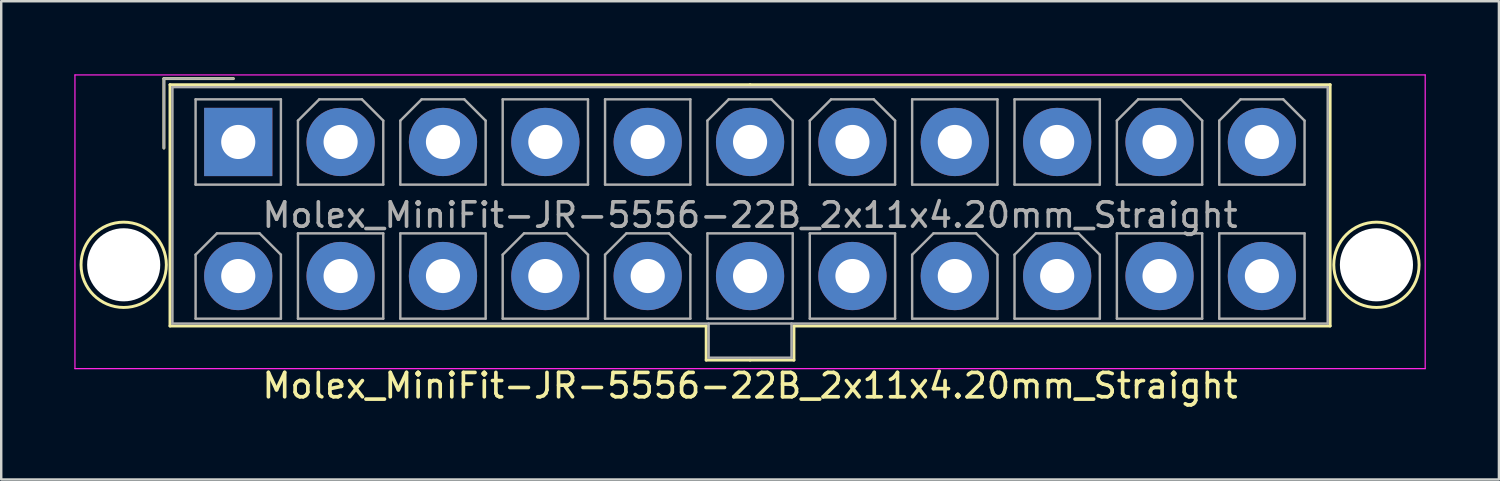
<source format=kicad_pcb>
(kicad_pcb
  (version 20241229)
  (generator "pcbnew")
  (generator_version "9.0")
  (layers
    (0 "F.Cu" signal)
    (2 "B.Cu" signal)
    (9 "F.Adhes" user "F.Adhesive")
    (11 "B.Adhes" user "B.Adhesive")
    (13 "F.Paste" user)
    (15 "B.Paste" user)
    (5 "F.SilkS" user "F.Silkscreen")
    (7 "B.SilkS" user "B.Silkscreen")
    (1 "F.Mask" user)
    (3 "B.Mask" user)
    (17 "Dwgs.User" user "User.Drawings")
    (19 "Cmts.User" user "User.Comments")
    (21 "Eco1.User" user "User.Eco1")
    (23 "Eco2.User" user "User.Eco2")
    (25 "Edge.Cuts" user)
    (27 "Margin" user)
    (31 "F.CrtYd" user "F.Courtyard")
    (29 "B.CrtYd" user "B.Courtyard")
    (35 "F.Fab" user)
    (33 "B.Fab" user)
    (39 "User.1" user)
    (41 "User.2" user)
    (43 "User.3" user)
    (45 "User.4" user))
  (footprint "Molex_MiniFit-JR-5556-22B_2x11x4.20mm_Straight"
    (layer "F.Cu")
    (at 6.725 2.775)
    (property "Reference" "Molex_MiniFit-JR-5556-22B_2x11x4.20mm_Straight" (at 21 10 0) (layer "F.SilkS") (effects (font (size 1 1) (thickness 0.15))))
    (attr through_hole)
    (fp_line (start -3.05 -2.6) (end -3.05 0.25) (stroke (width 0.12) (type solid)) (layer "F.SilkS"))
    (fp_line (start -2.8 -2.35) (end -2.8 7.55) (stroke (width 0.12) (type solid)) (layer "F.SilkS"))
    (fp_line (start -2.8 7.55) (end 19.2 7.55) (stroke (width 0.12) (type solid)) (layer "F.SilkS"))
    (fp_line (start -0.2 -2.6) (end -3.05 -2.6) (stroke (width 0.12) (type solid)) (layer "F.SilkS"))
    (fp_line (start 19.2 7.55) (end 19.2 8.95) (stroke (width 0.12) (type solid)) (layer "F.SilkS"))
    (fp_line (start 19.2 8.95) (end 21 8.95) (stroke (width 0.12) (type solid)) (layer "F.SilkS"))
    (fp_line (start 21 -2.35) (end -2.8 -2.35) (stroke (width 0.12) (type solid)) (layer "F.SilkS"))
    (fp_line (start 21 -2.35) (end 44.8 -2.35) (stroke (width 0.12) (type solid)) (layer "F.SilkS"))
    (fp_line (start 22.8 7.55) (end 22.8 8.95) (stroke (width 0.12) (type solid)) (layer "F.SilkS"))
    (fp_line (start 22.8 8.95) (end 21 8.95) (stroke (width 0.12) (type solid)) (layer "F.SilkS"))
    (fp_line (start 44.8 -2.35) (end 44.8 7.55) (stroke (width 0.12) (type solid)) (layer "F.SilkS"))
    (fp_line (start 44.8 7.55) (end 22.8 7.55) (stroke (width 0.12) (type solid)) (layer "F.SilkS"))
    (fp_circle (center -4.7 5.04) (end -2.95 5.04) (stroke (width 0.12) (type solid)) (fill no) (layer "F.SilkS"))
    (fp_circle (center 46.7 5.04) (end 48.45 5.04) (stroke (width 0.12) (type solid)) (fill no) (layer "F.SilkS"))
    (fp_line (start -6.7 -2.75) (end -6.7 9.3) (stroke (width 0.05) (type solid)) (layer "F.CrtYd"))
    (fp_line (start -6.7 9.3) (end 48.7 9.3) (stroke (width 0.05) (type solid)) (layer "F.CrtYd"))
    (fp_line (start 48.7 -2.75) (end -6.7 -2.75) (stroke (width 0.05) (type solid)) (layer "F.CrtYd"))
    (fp_line (start 48.7 9.3) (end 48.7 -2.75) (stroke (width 0.05) (type solid)) (layer "F.CrtYd"))
    (fp_line (start -3.05 -2.6) (end -3.05 0.25) (stroke (width 0.1) (type solid)) (layer "F.Fab"))
    (fp_line (start -2.7 -2.25) (end -2.7 7.45) (stroke (width 0.1) (type solid)) (layer "F.Fab"))
    (fp_line (start -2.7 7.45) (end 44.7 7.45) (stroke (width 0.1) (type solid)) (layer "F.Fab"))
    (fp_line (start -1.75 -1.75) (end -1.75 1.75) (stroke (width 0.1) (type solid)) (layer "F.Fab"))
    (fp_line (start -1.75 1.75) (end 1.75 1.75) (stroke (width 0.1) (type solid)) (layer "F.Fab"))
    (fp_line (start -1.75 4.625) (end -0.875 3.75) (stroke (width 0.1) (type solid)) (layer "F.Fab"))
    (fp_line (start -1.75 7.25) (end -1.75 4.625) (stroke (width 0.1) (type solid)) (layer "F.Fab"))
    (fp_line (start -0.875 3.75) (end 0.875 3.75) (stroke (width 0.1) (type solid)) (layer "F.Fab"))
    (fp_line (start -0.2 -2.6) (end -3.05 -2.6) (stroke (width 0.1) (type solid)) (layer "F.Fab"))
    (fp_line (start 0.875 3.75) (end 1.75 4.625) (stroke (width 0.1) (type solid)) (layer "F.Fab"))
    (fp_line (start 1.75 -1.75) (end -1.75 -1.75) (stroke (width 0.1) (type solid)) (layer "F.Fab"))
    (fp_line (start 1.75 1.75) (end 1.75 -1.75) (stroke (width 0.1) (type solid)) (layer "F.Fab"))
    (fp_line (start 1.75 4.625) (end 1.75 7.25) (stroke (width 0.1) (type solid)) (layer "F.Fab"))
    (fp_line (start 1.75 7.25) (end -1.75 7.25) (stroke (width 0.1) (type solid)) (layer "F.Fab"))
    (fp_line (start 2.45 -0.875) (end 3.325 -1.75) (stroke (width 0.1) (type solid)) (layer "F.Fab"))
    (fp_line (start 2.45 1.75) (end 2.45 -0.875) (stroke (width 0.1) (type solid)) (layer "F.Fab"))
    (fp_line (start 2.45 3.75) (end 2.45 7.25) (stroke (width 0.1) (type solid)) (layer "F.Fab"))
    (fp_line (start 2.45 7.25) (end 5.95 7.25) (stroke (width 0.1) (type solid)) (layer "F.Fab"))
    (fp_line (start 3.325 -1.75) (end 5.075 -1.75) (stroke (width 0.1) (type solid)) (layer "F.Fab"))
    (fp_line (start 5.075 -1.75) (end 5.95 -0.875) (stroke (width 0.1) (type solid)) (layer "F.Fab"))
    (fp_line (start 5.95 -0.875) (end 5.95 1.75) (stroke (width 0.1) (type solid)) (layer "F.Fab"))
    (fp_line (start 5.95 1.75) (end 2.45 1.75) (stroke (width 0.1) (type solid)) (layer "F.Fab"))
    (fp_line (start 5.95 3.75) (end 2.45 3.75) (stroke (width 0.1) (type solid)) (layer "F.Fab"))
    (fp_line (start 5.95 7.25) (end 5.95 3.75) (stroke (width 0.1) (type solid)) (layer "F.Fab"))
    (fp_line (start 6.65 -0.875) (end 7.525 -1.75) (stroke (width 0.1) (type solid)) (layer "F.Fab"))
    (fp_line (start 6.65 1.75) (end 6.65 -0.875) (stroke (width 0.1) (type solid)) (layer "F.Fab"))
    (fp_line (start 6.65 3.75) (end 6.65 7.25) (stroke (width 0.1) (type solid)) (layer "F.Fab"))
    (fp_line (start 6.65 7.25) (end 10.15 7.25) (stroke (width 0.1) (type solid)) (layer "F.Fab"))
    (fp_line (start 7.525 -1.75) (end 9.275 -1.75) (stroke (width 0.1) (type solid)) (layer "F.Fab"))
    (fp_line (start 9.275 -1.75) (end 10.15 -0.875) (stroke (width 0.1) (type solid)) (layer "F.Fab"))
    (fp_line (start 10.15 -0.875) (end 10.15 1.75) (stroke (width 0.1) (type solid)) (layer "F.Fab"))
    (fp_line (start 10.15 1.75) (end 6.65 1.75) (stroke (width 0.1) (type solid)) (layer "F.Fab"))
    (fp_line (start 10.15 3.75) (end 6.65 3.75) (stroke (width 0.1) (type solid)) (layer "F.Fab"))
    (fp_line (start 10.15 7.25) (end 10.15 3.75) (stroke (width 0.1) (type solid)) (layer "F.Fab"))
    (fp_line (start 10.85 -1.75) (end 10.85 1.75) (stroke (width 0.1) (type solid)) (layer "F.Fab"))
    (fp_line (start 10.85 1.75) (end 14.35 1.75) (stroke (width 0.1) (type solid)) (layer "F.Fab"))
    (fp_line (start 10.85 4.625) (end 11.725 3.75) (stroke (width 0.1) (type solid)) (layer "F.Fab"))
    (fp_line (start 10.85 7.25) (end 10.85 4.625) (stroke (width 0.1) (type solid)) (layer "F.Fab"))
    (fp_line (start 11.725 3.75) (end 13.475 3.75) (stroke (width 0.1) (type solid)) (layer "F.Fab"))
    (fp_line (start 13.475 3.75) (end 14.35 4.625) (stroke (width 0.1) (type solid)) (layer "F.Fab"))
    (fp_line (start 14.35 -1.75) (end 10.85 -1.75) (stroke (width 0.1) (type solid)) (layer "F.Fab"))
    (fp_line (start 14.35 1.75) (end 14.35 -1.75) (stroke (width 0.1) (type solid)) (layer "F.Fab"))
    (fp_line (start 14.35 4.625) (end 14.35 7.25) (stroke (width 0.1) (type solid)) (layer "F.Fab"))
    (fp_line (start 14.35 7.25) (end 10.85 7.25) (stroke (width 0.1) (type solid)) (layer "F.Fab"))
    (fp_line (start 15.05 -1.75) (end 15.05 1.75) (stroke (width 0.1) (type solid)) (layer "F.Fab"))
    (fp_line (start 15.05 1.75) (end 18.55 1.75) (stroke (width 0.1) (type solid)) (layer "F.Fab"))
    (fp_line (start 15.05 4.625) (end 15.925 3.75) (stroke (width 0.1) (type solid)) (layer "F.Fab"))
    (fp_line (start 15.05 7.25) (end 15.05 4.625) (stroke (width 0.1) (type solid)) (layer "F.Fab"))
    (fp_line (start 15.925 3.75) (end 17.675 3.75) (stroke (width 0.1) (type solid)) (layer "F.Fab"))
    (fp_line (start 17.675 3.75) (end 18.55 4.625) (stroke (width 0.1) (type solid)) (layer "F.Fab"))
    (fp_line (start 18.55 -1.75) (end 15.05 -1.75) (stroke (width 0.1) (type solid)) (layer "F.Fab"))
    (fp_line (start 18.55 1.75) (end 18.55 -1.75) (stroke (width 0.1) (type solid)) (layer "F.Fab"))
    (fp_line (start 18.55 4.625) (end 18.55 7.25) (stroke (width 0.1) (type solid)) (layer "F.Fab"))
    (fp_line (start 18.55 7.25) (end 15.05 7.25) (stroke (width 0.1) (type solid)) (layer "F.Fab"))
    (fp_line (start 19.25 -0.875) (end 20.125 -1.75) (stroke (width 0.1) (type solid)) (layer "F.Fab"))
    (fp_line (start 19.25 1.75) (end 19.25 -0.875) (stroke (width 0.1) (type solid)) (layer "F.Fab"))
    (fp_line (start 19.25 3.75) (end 19.25 7.25) (stroke (width 0.1) (type solid)) (layer "F.Fab"))
    (fp_line (start 19.25 7.25) (end 22.75 7.25) (stroke (width 0.1) (type solid)) (layer "F.Fab"))
    (fp_line (start 19.3 7.45) (end 19.3 8.85) (stroke (width 0.1) (type solid)) (layer "F.Fab"))
    (fp_line (start 19.3 8.85) (end 22.7 8.85) (stroke (width 0.1) (type solid)) (layer "F.Fab"))
    (fp_line (start 20.125 -1.75) (end 21.875 -1.75) (stroke (width 0.1) (type solid)) (layer "F.Fab"))
    (fp_line (start 21.875 -1.75) (end 22.75 -0.875) (stroke (width 0.1) (type solid)) (layer "F.Fab"))
    (fp_line (start 22.7 8.85) (end 22.7 7.45) (stroke (width 0.1) (type solid)) (layer "F.Fab"))
    (fp_line (start 22.75 -0.875) (end 22.75 1.75) (stroke (width 0.1) (type solid)) (layer "F.Fab"))
    (fp_line (start 22.75 1.75) (end 19.25 1.75) (stroke (width 0.1) (type solid)) (layer "F.Fab"))
    (fp_line (start 22.75 3.75) (end 19.25 3.75) (stroke (width 0.1) (type solid)) (layer "F.Fab"))
    (fp_line (start 22.75 7.25) (end 22.75 3.75) (stroke (width 0.1) (type solid)) (layer "F.Fab"))
    (fp_line (start 23.45 -0.875) (end 24.325 -1.75) (stroke (width 0.1) (type solid)) (layer "F.Fab"))
    (fp_line (start 23.45 1.75) (end 23.45 -0.875) (stroke (width 0.1) (type solid)) (layer "F.Fab"))
    (fp_line (start 23.45 3.75) (end 23.45 7.25) (stroke (width 0.1) (type solid)) (layer "F.Fab"))
    (fp_line (start 23.45 7.25) (end 26.95 7.25) (stroke (width 0.1) (type solid)) (layer "F.Fab"))
    (fp_line (start 24.325 -1.75) (end 26.075 -1.75) (stroke (width 0.1) (type solid)) (layer "F.Fab"))
    (fp_line (start 26.075 -1.75) (end 26.95 -0.875) (stroke (width 0.1) (type solid)) (layer "F.Fab"))
    (fp_line (start 26.95 -0.875) (end 26.95 1.75) (stroke (width 0.1) (type solid)) (layer "F.Fab"))
    (fp_line (start 26.95 1.75) (end 23.45 1.75) (stroke (width 0.1) (type solid)) (layer "F.Fab"))
    (fp_line (start 26.95 3.75) (end 23.45 3.75) (stroke (width 0.1) (type solid)) (layer "F.Fab"))
    (fp_line (start 26.95 7.25) (end 26.95 3.75) (stroke (width 0.1) (type solid)) (layer "F.Fab"))
    (fp_line (start 27.65 -1.75) (end 27.65 1.75) (stroke (width 0.1) (type solid)) (layer "F.Fab"))
    (fp_line (start 27.65 1.75) (end 31.15 1.75) (stroke (width 0.1) (type solid)) (layer "F.Fab"))
    (fp_line (start 27.65 4.625) (end 28.525 3.75) (stroke (width 0.1) (type solid)) (layer "F.Fab"))
    (fp_line (start 27.65 7.25) (end 27.65 4.625) (stroke (width 0.1) (type solid)) (layer "F.Fab"))
    (fp_line (start 28.525 3.75) (end 30.275 3.75) (stroke (width 0.1) (type solid)) (layer "F.Fab"))
    (fp_line (start 30.275 3.75) (end 31.15 4.625) (stroke (width 0.1) (type solid)) (layer "F.Fab"))
    (fp_line (start 31.15 -1.75) (end 27.65 -1.75) (stroke (width 0.1) (type solid)) (layer "F.Fab"))
    (fp_line (start 31.15 1.75) (end 31.15 -1.75) (stroke (width 0.1) (type solid)) (layer "F.Fab"))
    (fp_line (start 31.15 4.625) (end 31.15 7.25) (stroke (width 0.1) (type solid)) (layer "F.Fab"))
    (fp_line (start 31.15 7.25) (end 27.65 7.25) (stroke (width 0.1) (type solid)) (layer "F.Fab"))
    (fp_line (start 31.85 -1.75) (end 31.85 1.75) (stroke (width 0.1) (type solid)) (layer "F.Fab"))
    (fp_line (start 31.85 1.75) (end 35.35 1.75) (stroke (width 0.1) (type solid)) (layer "F.Fab"))
    (fp_line (start 31.85 4.625) (end 32.725 3.75) (stroke (width 0.1) (type solid)) (layer "F.Fab"))
    (fp_line (start 31.85 7.25) (end 31.85 4.625) (stroke (width 0.1) (type solid)) (layer "F.Fab"))
    (fp_line (start 32.725 3.75) (end 34.475 3.75) (stroke (width 0.1) (type solid)) (layer "F.Fab"))
    (fp_line (start 34.475 3.75) (end 35.35 4.625) (stroke (width 0.1) (type solid)) (layer "F.Fab"))
    (fp_line (start 35.35 -1.75) (end 31.85 -1.75) (stroke (width 0.1) (type solid)) (layer "F.Fab"))
    (fp_line (start 35.35 1.75) (end 35.35 -1.75) (stroke (width 0.1) (type solid)) (layer "F.Fab"))
    (fp_line (start 35.35 4.625) (end 35.35 7.25) (stroke (width 0.1) (type solid)) (layer "F.Fab"))
    (fp_line (start 35.35 7.25) (end 31.85 7.25) (stroke (width 0.1) (type solid)) (layer "F.Fab"))
    (fp_line (start 36.05 -0.875) (end 36.925 -1.75) (stroke (width 0.1) (type solid)) (layer "F.Fab"))
    (fp_line (start 36.05 1.75) (end 36.05 -0.875) (stroke (width 0.1) (type solid)) (layer "F.Fab"))
    (fp_line (start 36.05 3.75) (end 36.05 7.25) (stroke (width 0.1) (type solid)) (layer "F.Fab"))
    (fp_line (start 36.05 7.25) (end 39.55 7.25) (stroke (width 0.1) (type solid)) (layer "F.Fab"))
    (fp_line (start 36.925 -1.75) (end 38.675 -1.75) (stroke (width 0.1) (type solid)) (layer "F.Fab"))
    (fp_line (start 38.675 -1.75) (end 39.55 -0.875) (stroke (width 0.1) (type solid)) (layer "F.Fab"))
    (fp_line (start 39.55 -0.875) (end 39.55 1.75) (stroke (width 0.1) (type solid)) (layer "F.Fab"))
    (fp_line (start 39.55 1.75) (end 36.05 1.75) (stroke (width 0.1) (type solid)) (layer "F.Fab"))
    (fp_line (start 39.55 3.75) (end 36.05 3.75) (stroke (width 0.1) (type solid)) (layer "F.Fab"))
    (fp_line (start 39.55 7.25) (end 39.55 3.75) (stroke (width 0.1) (type solid)) (layer "F.Fab"))
    (fp_line (start 40.25 -0.875) (end 41.125 -1.75) (stroke (width 0.1) (type solid)) (layer "F.Fab"))
    (fp_line (start 40.25 1.75) (end 40.25 -0.875) (stroke (width 0.1) (type solid)) (layer "F.Fab"))
    (fp_line (start 40.25 3.75) (end 40.25 7.25) (stroke (width 0.1) (type solid)) (layer "F.Fab"))
    (fp_line (start 40.25 7.25) (end 43.75 7.25) (stroke (width 0.1) (type solid)) (layer "F.Fab"))
    (fp_line (start 41.125 -1.75) (end 42.875 -1.75) (stroke (width 0.1) (type solid)) (layer "F.Fab"))
    (fp_line (start 42.875 -1.75) (end 43.75 -0.875) (stroke (width 0.1) (type solid)) (layer "F.Fab"))
    (fp_line (start 43.75 -0.875) (end 43.75 1.75) (stroke (width 0.1) (type solid)) (layer "F.Fab"))
    (fp_line (start 43.75 1.75) (end 40.25 1.75) (stroke (width 0.1) (type solid)) (layer "F.Fab"))
    (fp_line (start 43.75 3.75) (end 40.25 3.75) (stroke (width 0.1) (type solid)) (layer "F.Fab"))
    (fp_line (start 43.75 7.25) (end 43.75 3.75) (stroke (width 0.1) (type solid)) (layer "F.Fab"))
    (fp_line (start 44.7 -2.25) (end -2.7 -2.25) (stroke (width 0.1) (type solid)) (layer "F.Fab"))
    (fp_line (start 44.7 7.45) (end 44.7 -2.25) (stroke (width 0.1) (type solid)) (layer "F.Fab"))
    (fp_text user "${REFERENCE}" (at 21 3 0) (layer "F.Fab") (effects (font (size 1 1) (thickness 0.15))))
    (pad "" np_thru_hole circle (at -4.7 5.04) (size 3 3) (drill 3) (layers "*.Cu" "*.Mask"))
    (pad "" np_thru_hole circle (at 46.7 5.04) (size 3 3) (drill 3) (layers "*.Cu" "*.Mask"))
    (pad "1" thru_hole rect (at 0 0) (size 2.8 2.8) (drill 1.4) (layers "*.Cu" "*.Mask"))
    (pad "2" thru_hole circle (at 4.2 0) (size 2.8 2.8) (drill 1.4) (layers "*.Cu" "*.Mask"))
    (pad "3" thru_hole circle (at 8.4 0) (size 2.8 2.8) (drill 1.4) (layers "*.Cu" "*.Mask"))
    (pad "4" thru_hole circle (at 12.6 0) (size 2.8 2.8) (drill 1.4) (layers "*.Cu" "*.Mask"))
    (pad "5" thru_hole circle (at 16.8 0) (size 2.8 2.8) (drill 1.4) (layers "*.Cu" "*.Mask"))
    (pad "6" thru_hole circle (at 21 0) (size 2.8 2.8) (drill 1.4) (layers "*.Cu" "*.Mask"))
    (pad "7" thru_hole circle (at 25.2 0) (size 2.8 2.8) (drill 1.4) (layers "*.Cu" "*.Mask"))
    (pad "8" thru_hole circle (at 29.4 0) (size 2.8 2.8) (drill 1.4) (layers "*.Cu" "*.Mask"))
    (pad "9" thru_hole circle (at 33.6 0) (size 2.8 2.8) (drill 1.4) (layers "*.Cu" "*.Mask"))
    (pad "10" thru_hole circle (at 37.8 0) (size 2.8 2.8) (drill 1.4) (layers "*.Cu" "*.Mask"))
    (pad "11" thru_hole circle (at 42 0) (size 2.8 2.8) (drill 1.4) (layers "*.Cu" "*.Mask"))
    (pad "12" thru_hole circle (at 0 5.5) (size 2.8 2.8) (drill 1.4) (layers "*.Cu" "*.Mask"))
    (pad "13" thru_hole circle (at 4.2 5.5) (size 2.8 2.8) (drill 1.4) (layers "*.Cu" "*.Mask"))
    (pad "14" thru_hole circle (at 8.4 5.5) (size 2.8 2.8) (drill 1.4) (layers "*.Cu" "*.Mask"))
    (pad "15" thru_hole circle (at 12.6 5.5) (size 2.8 2.8) (drill 1.4) (layers "*.Cu" "*.Mask"))
    (pad "16" thru_hole circle (at 16.8 5.5) (size 2.8 2.8) (drill 1.4) (layers "*.Cu" "*.Mask"))
    (pad "17" thru_hole circle (at 21 5.5) (size 2.8 2.8) (drill 1.4) (layers "*.Cu" "*.Mask"))
    (pad "18" thru_hole circle (at 25.2 5.5) (size 2.8 2.8) (drill 1.4) (layers "*.Cu" "*.Mask"))
    (pad "19" thru_hole circle (at 29.4 5.5) (size 2.8 2.8) (drill 1.4) (layers "*.Cu" "*.Mask"))
    (pad "20" thru_hole circle (at 33.6 5.5) (size 2.8 2.8) (drill 1.4) (layers "*.Cu" "*.Mask"))
    (pad "21" thru_hole circle (at 37.8 5.5) (size 2.8 2.8) (drill 1.4) (layers "*.Cu" "*.Mask"))
    (pad "22" thru_hole circle (at 42 5.5) (size 2.8 2.8) (drill 1.4) (layers "*.Cu" "*.Mask")))
  (gr_rect
    (start -3 -3)
    (end 58.45 16.623)
    (stroke (width 0.1) (type default))
    (fill no)
    (layer "Edge.Cuts")))
</source>
